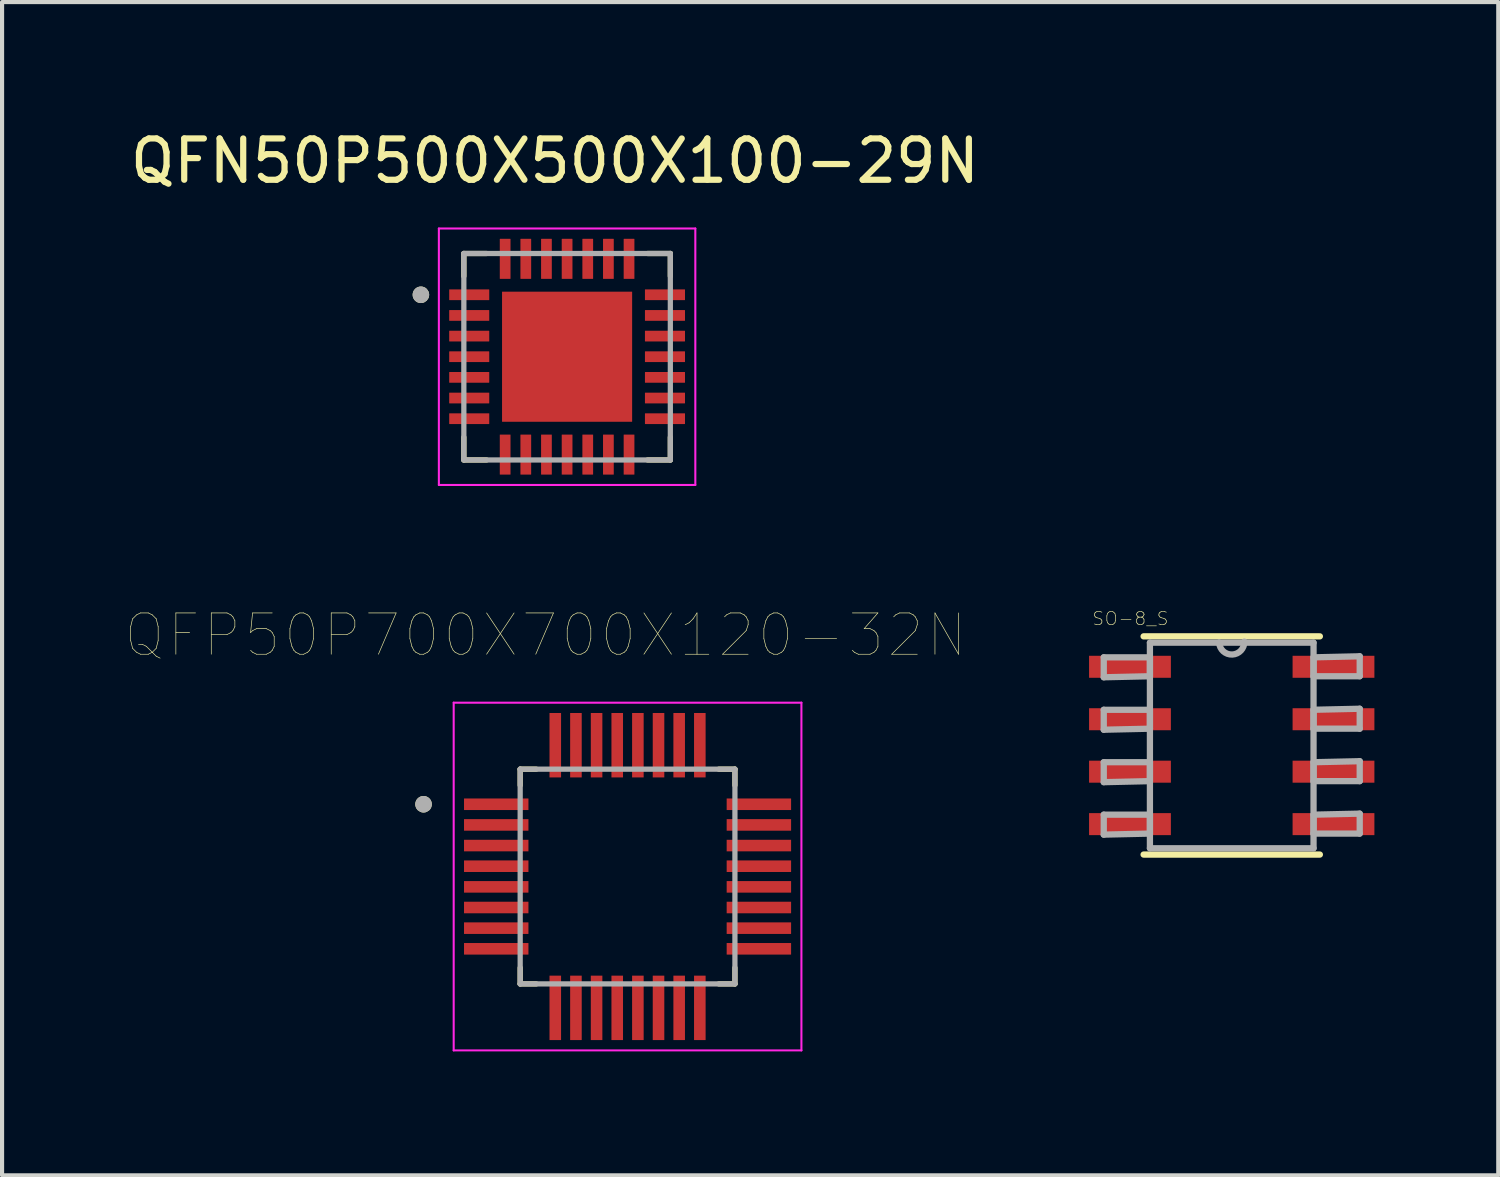
<source format=kicad_pcb>
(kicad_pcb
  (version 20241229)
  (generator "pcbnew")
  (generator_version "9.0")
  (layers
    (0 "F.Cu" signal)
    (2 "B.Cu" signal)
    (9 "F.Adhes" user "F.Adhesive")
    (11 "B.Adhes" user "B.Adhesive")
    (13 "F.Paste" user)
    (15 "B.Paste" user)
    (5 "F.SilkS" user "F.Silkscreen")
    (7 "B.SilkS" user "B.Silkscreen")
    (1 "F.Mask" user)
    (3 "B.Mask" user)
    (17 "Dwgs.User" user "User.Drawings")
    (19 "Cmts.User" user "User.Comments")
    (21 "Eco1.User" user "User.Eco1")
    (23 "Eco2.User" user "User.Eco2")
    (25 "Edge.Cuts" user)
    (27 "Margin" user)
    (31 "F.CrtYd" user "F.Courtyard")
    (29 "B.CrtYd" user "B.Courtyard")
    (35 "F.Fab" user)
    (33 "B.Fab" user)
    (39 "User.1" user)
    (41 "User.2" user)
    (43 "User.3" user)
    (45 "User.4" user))
  (footprint "QFP50P700X700X120-32N"
    (layer "F.Cu")
    (at 12.146 18.175)
    (property "Reference" "QFP50P700X700X120-32N" (at -1.985 -5.845 0) (layer "F.SilkS") (effects (font (size 1 1) (thickness 0.015))))
    (attr through_hole)
    (fp_line (start -2.6 -2.6) (end -2.6 -2.21) (stroke (width 0.127) (type solid)) (layer "F.SilkS"))
    (fp_line (start -2.6 -2.6) (end -2.21 -2.6) (stroke (width 0.127) (type solid)) (layer "F.SilkS"))
    (fp_line (start -2.6 2.6) (end -2.6 2.21) (stroke (width 0.127) (type solid)) (layer "F.SilkS"))
    (fp_line (start -2.6 2.6) (end -2.21 2.6) (stroke (width 0.127) (type solid)) (layer "F.SilkS"))
    (fp_line (start 2.6 -2.6) (end 2.21 -2.6) (stroke (width 0.127) (type solid)) (layer "F.SilkS"))
    (fp_line (start 2.6 -2.6) (end 2.6 -2.21) (stroke (width 0.127) (type solid)) (layer "F.SilkS"))
    (fp_line (start 2.6 2.6) (end 2.21 2.6) (stroke (width 0.127) (type solid)) (layer "F.SilkS"))
    (fp_line (start 2.6 2.6) (end 2.6 2.21) (stroke (width 0.127) (type solid)) (layer "F.SilkS"))
    (fp_circle (center -4.94 -1.75) (end -4.84 -1.75) (stroke (width 0.2) (type solid)) (fill no) (layer "F.SilkS"))
    (fp_line (start -4.21 -4.21) (end 4.21 -4.21) (stroke (width 0.05) (type solid)) (layer "F.CrtYd"))
    (fp_line (start -4.21 4.21) (end -4.21 -4.21) (stroke (width 0.05) (type solid)) (layer "F.CrtYd"))
    (fp_line (start -4.21 4.21) (end 4.21 4.21) (stroke (width 0.05) (type solid)) (layer "F.CrtYd"))
    (fp_line (start 4.21 4.21) (end 4.21 -4.21) (stroke (width 0.05) (type solid)) (layer "F.CrtYd"))
    (fp_line (start -2.6 2.6) (end -2.6 -2.6) (stroke (width 0.127) (type solid)) (layer "F.Fab"))
    (fp_line (start 2.6 -2.6) (end -2.6 -2.6) (stroke (width 0.127) (type solid)) (layer "F.Fab"))
    (fp_line (start 2.6 2.6) (end -2.6 2.6) (stroke (width 0.127) (type solid)) (layer "F.Fab"))
    (fp_line (start 2.6 2.6) (end 2.6 -2.6) (stroke (width 0.127) (type solid)) (layer "F.Fab"))
    (fp_circle (center -4.94 -1.75) (end -4.84 -1.75) (stroke (width 0.2) (type solid)) (fill no) (layer "F.Fab"))
    (pad "1" smd rect (at -3.18 -1.75) (size 1.56 0.28) (layers "F.Cu" "F.Mask" "F.Paste"))
    (pad "2" smd rect (at -3.18 -1.25) (size 1.56 0.28) (layers "F.Cu" "F.Mask" "F.Paste"))
    (pad "3" smd rect (at -3.18 -0.75) (size 1.56 0.28) (layers "F.Cu" "F.Mask" "F.Paste"))
    (pad "4" smd rect (at -3.18 -0.25) (size 1.56 0.28) (layers "F.Cu" "F.Mask" "F.Paste"))
    (pad "5" smd rect (at -3.18 0.25) (size 1.56 0.28) (layers "F.Cu" "F.Mask" "F.Paste"))
    (pad "6" smd rect (at -3.18 0.75) (size 1.56 0.28) (layers "F.Cu" "F.Mask" "F.Paste"))
    (pad "7" smd rect (at -3.18 1.25) (size 1.56 0.28) (layers "F.Cu" "F.Mask" "F.Paste"))
    (pad "8" smd rect (at -3.18 1.75) (size 1.56 0.28) (layers "F.Cu" "F.Mask" "F.Paste"))
    (pad "9" smd rect (at -1.75 3.18) (size 0.28 1.56) (layers "F.Cu" "F.Mask" "F.Paste"))
    (pad "10" smd rect (at -1.25 3.18) (size 0.28 1.56) (layers "F.Cu" "F.Mask" "F.Paste"))
    (pad "11" smd rect (at -0.75 3.18) (size 0.28 1.56) (layers "F.Cu" "F.Mask" "F.Paste"))
    (pad "12" smd rect (at -0.25 3.18) (size 0.28 1.56) (layers "F.Cu" "F.Mask" "F.Paste"))
    (pad "13" smd rect (at 0.25 3.18) (size 0.28 1.56) (layers "F.Cu" "F.Mask" "F.Paste"))
    (pad "14" smd rect (at 0.75 3.18) (size 0.28 1.56) (layers "F.Cu" "F.Mask" "F.Paste"))
    (pad "15" smd rect (at 1.25 3.18) (size 0.28 1.56) (layers "F.Cu" "F.Mask" "F.Paste"))
    (pad "16" smd rect (at 1.75 3.18) (size 0.28 1.56) (layers "F.Cu" "F.Mask" "F.Paste"))
    (pad "17" smd rect (at 3.18 1.75) (size 1.56 0.28) (layers "F.Cu" "F.Mask" "F.Paste"))
    (pad "18" smd rect (at 3.18 1.25) (size 1.56 0.28) (layers "F.Cu" "F.Mask" "F.Paste"))
    (pad "19" smd rect (at 3.18 0.75) (size 1.56 0.28) (layers "F.Cu" "F.Mask" "F.Paste"))
    (pad "20" smd rect (at 3.18 0.25) (size 1.56 0.28) (layers "F.Cu" "F.Mask" "F.Paste"))
    (pad "21" smd rect (at 3.18 -0.25) (size 1.56 0.28) (layers "F.Cu" "F.Mask" "F.Paste"))
    (pad "22" smd rect (at 3.18 -0.75) (size 1.56 0.28) (layers "F.Cu" "F.Mask" "F.Paste"))
    (pad "23" smd rect (at 3.18 -1.25) (size 1.56 0.28) (layers "F.Cu" "F.Mask" "F.Paste"))
    (pad "24" smd rect (at 3.18 -1.75) (size 1.56 0.28) (layers "F.Cu" "F.Mask" "F.Paste"))
    (pad "25" smd rect (at 1.75 -3.18) (size 0.28 1.56) (layers "F.Cu" "F.Mask" "F.Paste"))
    (pad "26" smd rect (at 1.25 -3.18) (size 0.28 1.56) (layers "F.Cu" "F.Mask" "F.Paste"))
    (pad "27" smd rect (at 0.75 -3.18) (size 0.28 1.56) (layers "F.Cu" "F.Mask" "F.Paste"))
    (pad "28" smd rect (at 0.25 -3.18) (size 0.28 1.56) (layers "F.Cu" "F.Mask" "F.Paste"))
    (pad "29" smd rect (at -0.25 -3.18) (size 0.28 1.56) (layers "F.Cu" "F.Mask" "F.Paste"))
    (pad "30" smd rect (at -0.75 -3.18) (size 0.28 1.56) (layers "F.Cu" "F.Mask" "F.Paste"))
    (pad "31" smd rect (at -1.25 -3.18) (size 0.28 1.56) (layers "F.Cu" "F.Mask" "F.Paste"))
    (pad "32" smd rect (at -1.75 -3.18) (size 0.28 1.56) (layers "F.Cu" "F.Mask" "F.Paste")))
  (footprint "QFN50P500X500X100-29N"
    (layer "F.Cu")
    (at 10.682 5.588)
    (property "Reference" "QFN50P500X500X100-29N" (at -0.295 -4.74 0) (layer "F.SilkS") (effects (font (size 1 1) (thickness 0.15))))
    (attr through_hole)
    (fp_line (start -2.5 -2.5) (end -2.5 -1.95) (stroke (width 0.127) (type solid)) (layer "F.SilkS"))
    (fp_line (start -2.5 -2.5) (end -1.95 -2.5) (stroke (width 0.127) (type solid)) (layer "F.SilkS"))
    (fp_line (start -2.5 2.5) (end -2.5 1.95) (stroke (width 0.127) (type solid)) (layer "F.SilkS"))
    (fp_line (start -2.5 2.5) (end -1.95 2.5) (stroke (width 0.127) (type solid)) (layer "F.SilkS"))
    (fp_line (start 2.5 -2.5) (end 1.95 -2.5) (stroke (width 0.127) (type solid)) (layer "F.SilkS"))
    (fp_line (start 2.5 -2.5) (end 2.5 -1.95) (stroke (width 0.127) (type solid)) (layer "F.SilkS"))
    (fp_line (start 2.5 2.5) (end 1.95 2.5) (stroke (width 0.127) (type solid)) (layer "F.SilkS"))
    (fp_line (start 2.5 2.5) (end 2.5 1.95) (stroke (width 0.127) (type solid)) (layer "F.SilkS"))
    (fp_circle (center -3.54 -1.5) (end -3.44 -1.5) (stroke (width 0.2) (type solid)) (fill no) (layer "F.SilkS"))
    (fp_poly (pts (xy -1 -1) (xy 1 -1) (xy 1 1) (xy -1 1)) (stroke (width 0.01) (type solid)) (fill yes) (layer "F.Paste"))
    (fp_line (start -3.105 -3.105) (end 3.105 -3.105) (stroke (width 0.05) (type solid)) (layer "F.CrtYd"))
    (fp_line (start -3.105 3.105) (end -3.105 -3.105) (stroke (width 0.05) (type solid)) (layer "F.CrtYd"))
    (fp_line (start -3.105 3.105) (end 3.105 3.105) (stroke (width 0.05) (type solid)) (layer "F.CrtYd"))
    (fp_line (start 3.105 3.105) (end 3.105 -3.105) (stroke (width 0.05) (type solid)) (layer "F.CrtYd"))
    (fp_line (start -2.5 2.5) (end -2.5 -2.5) (stroke (width 0.127) (type solid)) (layer "F.Fab"))
    (fp_line (start 2.5 -2.5) (end -2.5 -2.5) (stroke (width 0.127) (type solid)) (layer "F.Fab"))
    (fp_line (start 2.5 2.5) (end -2.5 2.5) (stroke (width 0.127) (type solid)) (layer "F.Fab"))
    (fp_line (start 2.5 2.5) (end 2.5 -2.5) (stroke (width 0.127) (type solid)) (layer "F.Fab"))
    (fp_circle (center -3.54 -1.5) (end -3.44 -1.5) (stroke (width 0.2) (type solid)) (fill no) (layer "F.Fab"))
    (pad "1" smd roundrect (at -2.37 -1.5) (size 0.97 0.26) (layers "F.Cu" "F.Mask" "F.Paste") (roundrect_rratio 0.03))
    (pad "2" smd roundrect (at -2.37 -1) (size 0.97 0.26) (layers "F.Cu" "F.Mask" "F.Paste") (roundrect_rratio 0.03))
    (pad "3" smd roundrect (at -2.37 -0.5) (size 0.97 0.26) (layers "F.Cu" "F.Mask" "F.Paste") (roundrect_rratio 0.03))
    (pad "4" smd roundrect (at -2.37 0) (size 0.97 0.26) (layers "F.Cu" "F.Mask" "F.Paste") (roundrect_rratio 0.03))
    (pad "5" smd roundrect (at -2.37 0.5) (size 0.97 0.26) (layers "F.Cu" "F.Mask" "F.Paste") (roundrect_rratio 0.03))
    (pad "6" smd roundrect (at -2.37 1) (size 0.97 0.26) (layers "F.Cu" "F.Mask" "F.Paste") (roundrect_rratio 0.03))
    (pad "7" smd roundrect (at -2.37 1.5) (size 0.97 0.26) (layers "F.Cu" "F.Mask" "F.Paste") (roundrect_rratio 0.03))
    (pad "8" smd roundrect (at -1.5 2.37 90) (size 0.97 0.26) (layers "F.Cu" "F.Mask" "F.Paste") (roundrect_rratio 0.03))
    (pad "9" smd roundrect (at -1 2.37 90) (size 0.97 0.26) (layers "F.Cu" "F.Mask" "F.Paste") (roundrect_rratio 0.03))
    (pad "10" smd roundrect (at -0.5 2.37 90) (size 0.97 0.26) (layers "F.Cu" "F.Mask" "F.Paste") (roundrect_rratio 0.03))
    (pad "11" smd roundrect (at 0 2.37 90) (size 0.97 0.26) (layers "F.Cu" "F.Mask" "F.Paste") (roundrect_rratio 0.03))
    (pad "12" smd roundrect (at 0.5 2.37 90) (size 0.97 0.26) (layers "F.Cu" "F.Mask" "F.Paste") (roundrect_rratio 0.03))
    (pad "13" smd roundrect (at 1 2.37 90) (size 0.97 0.26) (layers "F.Cu" "F.Mask" "F.Paste") (roundrect_rratio 0.03))
    (pad "14" smd roundrect (at 1.5 2.37 90) (size 0.97 0.26) (layers "F.Cu" "F.Mask" "F.Paste") (roundrect_rratio 0.03))
    (pad "15" smd roundrect (at 2.37 1.5) (size 0.97 0.26) (layers "F.Cu" "F.Mask" "F.Paste") (roundrect_rratio 0.03))
    (pad "16" smd roundrect (at 2.37 1) (size 0.97 0.26) (layers "F.Cu" "F.Mask" "F.Paste") (roundrect_rratio 0.03))
    (pad "17" smd roundrect (at 2.37 0.5) (size 0.97 0.26) (layers "F.Cu" "F.Mask" "F.Paste") (roundrect_rratio 0.03))
    (pad "18" smd roundrect (at 2.37 0) (size 0.97 0.26) (layers "F.Cu" "F.Mask" "F.Paste") (roundrect_rratio 0.03))
    (pad "19" smd roundrect (at 2.37 -0.5) (size 0.97 0.26) (layers "F.Cu" "F.Mask" "F.Paste") (roundrect_rratio 0.03))
    (pad "20" smd roundrect (at 2.37 -1) (size 0.97 0.26) (layers "F.Cu" "F.Mask" "F.Paste") (roundrect_rratio 0.03))
    (pad "21" smd roundrect (at 2.37 -1.5) (size 0.97 0.26) (layers "F.Cu" "F.Mask" "F.Paste") (roundrect_rratio 0.03))
    (pad "22" smd roundrect (at 1.5 -2.37 90) (size 0.97 0.26) (layers "F.Cu" "F.Mask" "F.Paste") (roundrect_rratio 0.03))
    (pad "23" smd roundrect (at 1 -2.37 90) (size 0.97 0.26) (layers "F.Cu" "F.Mask" "F.Paste") (roundrect_rratio 0.03))
    (pad "24" smd roundrect (at 0.5 -2.37 90) (size 0.97 0.26) (layers "F.Cu" "F.Mask" "F.Paste") (roundrect_rratio 0.03))
    (pad "25" smd roundrect (at 0 -2.37 90) (size 0.97 0.26) (layers "F.Cu" "F.Mask" "F.Paste") (roundrect_rratio 0.03))
    (pad "26" smd roundrect (at -0.5 -2.37 90) (size 0.97 0.26) (layers "F.Cu" "F.Mask" "F.Paste") (roundrect_rratio 0.03))
    (pad "27" smd roundrect (at -1 -2.37 90) (size 0.97 0.26) (layers "F.Cu" "F.Mask" "F.Paste") (roundrect_rratio 0.03))
    (pad "28" smd roundrect (at -1.5 -2.37 90) (size 0.97 0.26) (layers "F.Cu" "F.Mask" "F.Paste") (roundrect_rratio 0.03))
    (pad "29" smd rect (at 0 0) (size 3.15 3.15) (layers "F.Cu" "F.Mask")))
  (footprint "SO-8_S"
    (layer "F.Cu")
    (at 26.776 15.001)
    (property "Reference" "SO-8_S" (at -2.454 -3.072 0) (layer "F.SilkS") (effects (font (size 0.315 0.315) (thickness 0.015))))
    (attr through_hole)
    (fp_line (start -2.134 2.642) (end 2.134 2.642) (stroke (width 0.152) (type solid)) (layer "F.SilkS"))
    (fp_line (start 2.134 -2.642) (end -2.134 -2.642) (stroke (width 0.152) (type solid)) (layer "F.SilkS"))
    (fp_line (start -3.099 -2.134) (end -3.099 -1.651) (stroke (width 0.152) (type solid)) (layer "F.Fab"))
    (fp_line (start -3.099 -1.651) (end -1.981 -1.676) (stroke (width 0.152) (type solid)) (layer "F.Fab"))
    (fp_line (start -3.099 -0.864) (end -3.099 -0.381) (stroke (width 0.152) (type solid)) (layer "F.Fab"))
    (fp_line (start -3.099 -0.381) (end -1.981 -0.406) (stroke (width 0.152) (type solid)) (layer "F.Fab"))
    (fp_line (start -3.099 0.406) (end -3.099 0.889) (stroke (width 0.152) (type solid)) (layer "F.Fab"))
    (fp_line (start -3.099 0.889) (end -1.981 0.864) (stroke (width 0.152) (type solid)) (layer "F.Fab"))
    (fp_line (start -3.099 1.676) (end -3.099 2.159) (stroke (width 0.152) (type solid)) (layer "F.Fab"))
    (fp_line (start -3.099 2.159) (end -1.981 2.134) (stroke (width 0.152) (type solid)) (layer "F.Fab"))
    (fp_line (start -1.981 -2.489) (end -1.981 2.489) (stroke (width 0.152) (type solid)) (layer "F.Fab"))
    (fp_line (start -1.981 -2.134) (end -3.099 -2.134) (stroke (width 0.152) (type solid)) (layer "F.Fab"))
    (fp_line (start -1.981 -1.676) (end -1.981 -2.134) (stroke (width 0.152) (type solid)) (layer "F.Fab"))
    (fp_line (start -1.981 -0.864) (end -3.099 -0.864) (stroke (width 0.152) (type solid)) (layer "F.Fab"))
    (fp_line (start -1.981 -0.406) (end -1.981 -0.864) (stroke (width 0.152) (type solid)) (layer "F.Fab"))
    (fp_line (start -1.981 0.406) (end -3.099 0.406) (stroke (width 0.152) (type solid)) (layer "F.Fab"))
    (fp_line (start -1.981 0.864) (end -1.981 0.406) (stroke (width 0.152) (type solid)) (layer "F.Fab"))
    (fp_line (start -1.981 1.676) (end -3.099 1.676) (stroke (width 0.152) (type solid)) (layer "F.Fab"))
    (fp_line (start -1.981 2.134) (end -1.981 1.676) (stroke (width 0.152) (type solid)) (layer "F.Fab"))
    (fp_line (start -1.981 2.489) (end 1.981 2.489) (stroke (width 0.152) (type solid)) (layer "F.Fab"))
    (fp_line (start -0.305 -2.489) (end -1.981 -2.489) (stroke (width 0.152) (type solid)) (layer "F.Fab"))
    (fp_line (start 1.981 -2.489) (end -0.305 -2.489) (stroke (width 0.152) (type solid)) (layer "F.Fab"))
    (fp_line (start 1.981 -2.134) (end 1.981 -1.676) (stroke (width 0.152) (type solid)) (layer "F.Fab"))
    (fp_line (start 1.981 -1.676) (end 3.099 -1.676) (stroke (width 0.152) (type solid)) (layer "F.Fab"))
    (fp_line (start 1.981 -0.864) (end 1.981 -0.406) (stroke (width 0.152) (type solid)) (layer "F.Fab"))
    (fp_line (start 1.981 -0.406) (end 3.099 -0.406) (stroke (width 0.152) (type solid)) (layer "F.Fab"))
    (fp_line (start 1.981 0.406) (end 1.981 0.864) (stroke (width 0.152) (type solid)) (layer "F.Fab"))
    (fp_line (start 1.981 0.864) (end 3.099 0.864) (stroke (width 0.152) (type solid)) (layer "F.Fab"))
    (fp_line (start 1.981 1.676) (end 1.981 2.134) (stroke (width 0.152) (type solid)) (layer "F.Fab"))
    (fp_line (start 1.981 2.134) (end 3.099 2.134) (stroke (width 0.152) (type solid)) (layer "F.Fab"))
    (fp_line (start 1.981 2.489) (end 1.981 -2.489) (stroke (width 0.152) (type solid)) (layer "F.Fab"))
    (fp_line (start 3.099 -2.159) (end 1.981 -2.134) (stroke (width 0.152) (type solid)) (layer "F.Fab"))
    (fp_line (start 3.099 -1.676) (end 3.099 -2.159) (stroke (width 0.152) (type solid)) (layer "F.Fab"))
    (fp_line (start 3.099 -0.889) (end 1.981 -0.864) (stroke (width 0.152) (type solid)) (layer "F.Fab"))
    (fp_line (start 3.099 -0.406) (end 3.099 -0.889) (stroke (width 0.152) (type solid)) (layer "F.Fab"))
    (fp_line (start 3.099 0.381) (end 1.981 0.406) (stroke (width 0.152) (type solid)) (layer "F.Fab"))
    (fp_line (start 3.099 0.864) (end 3.099 0.381) (stroke (width 0.152) (type solid)) (layer "F.Fab"))
    (fp_line (start 3.099 1.651) (end 1.981 1.676) (stroke (width 0.152) (type solid)) (layer "F.Fab"))
    (fp_line (start 3.099 2.134) (end 3.099 1.651) (stroke (width 0.152) (type solid)) (layer "F.Fab"))
    (fp_arc (start 0.3048 -2.5146) (mid 0.0127 -2.1971) (end -0.3048 -2.4892) (stroke (width 0.1524) (type solid)) (layer "F.Fab"))
    (pad "1" smd rect (at -2.464 -1.905) (size 1.981 0.533) (layers "F.Cu" "F.Mask" "F.Paste"))
    (pad "2" smd rect (at -2.464 -0.635) (size 1.981 0.533) (layers "F.Cu" "F.Mask" "F.Paste"))
    (pad "3" smd rect (at -2.464 0.635) (size 1.981 0.533) (layers "F.Cu" "F.Mask" "F.Paste"))
    (pad "4" smd rect (at -2.464 1.905) (size 1.981 0.533) (layers "F.Cu" "F.Mask" "F.Paste"))
    (pad "5" smd rect (at 2.464 1.905) (size 1.981 0.533) (layers "F.Cu" "F.Mask" "F.Paste"))
    (pad "6" smd rect (at 2.464 0.635) (size 1.981 0.533) (layers "F.Cu" "F.Mask" "F.Paste"))
    (pad "7" smd rect (at 2.464 -0.635) (size 1.981 0.533) (layers "F.Cu" "F.Mask" "F.Paste"))
    (pad "8" smd rect (at 2.464 -1.905) (size 1.981 0.533) (layers "F.Cu" "F.Mask" "F.Paste")))
  (gr_rect
    (start -3 -3)
    (end 33.23 25.41)
    (stroke (width 0.1) (type default))
    (fill no)
    (layer "Edge.Cuts")))
</source>
